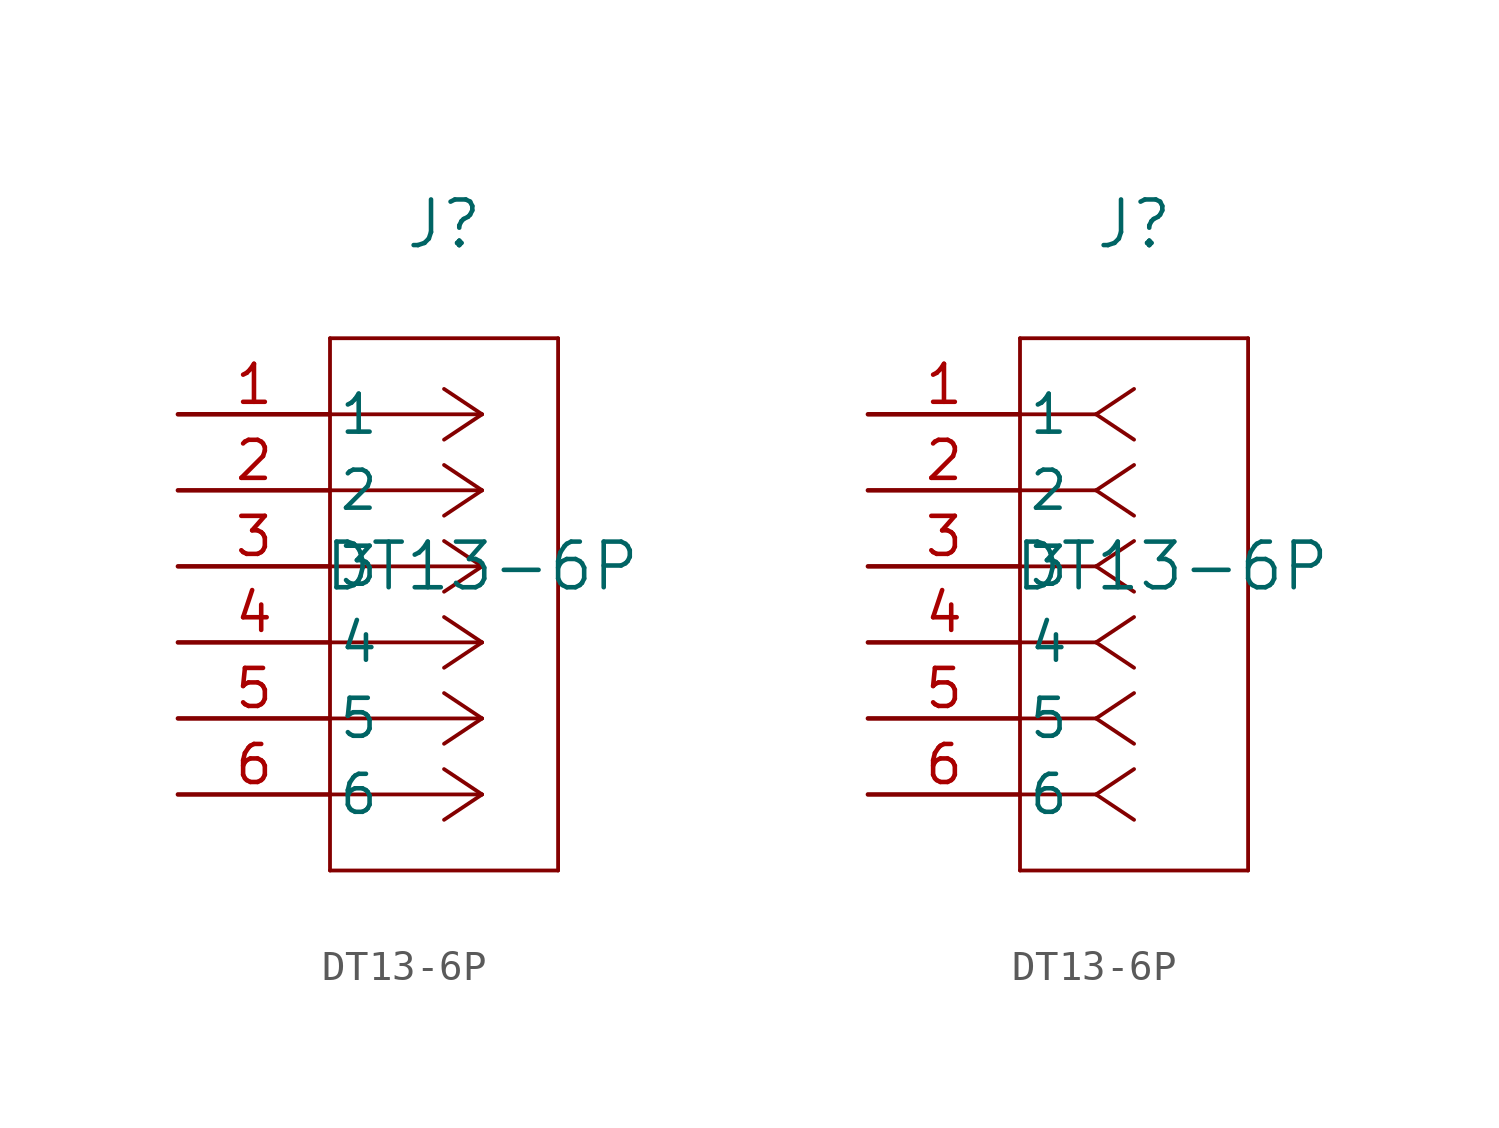
<source format=kicad_sym>
(kicad_symbol_lib
  (version 20231120)
  (generator "kicad_symbol_editor")
  (generator_version "8.0")
  (symbol "DT13-6P"
    (pin_names
      (offset 0.254))
    (property "Reference" "J"
      (at -1.27 11.43 0)
      (effects (font (size 1.524 1.524))))
    (property "Value" "DT13-6P"
      (at 0 0 0)
      (effects (font (size 1.524 1.524))))
    (property "ki_locked" ""
      (at 0 0 0)
      (effects (font (size 1.27 1.27))))
    (symbol "DT13-6P_1_1"
      (polyline (pts (xy -5.08 -10.16) (xy 2.54 -10.16)) (stroke (width 0.127) (type default)) (fill (type none)))
      (polyline (pts (xy -5.08 7.62) (xy -5.08 -10.16)) (stroke (width 0.127) (type default)) (fill (type none)))
      (polyline (pts (xy 0 -7.62) (xy -5.08 -7.62)) (stroke (width 0.127) (type default)) (fill (type none)))
      (polyline (pts (xy 0 -7.62) (xy -1.27 -8.467)) (stroke (width 0.127) (type default)) (fill (type none)))
      (polyline (pts (xy 0 -7.62) (xy -1.27 -6.773)) (stroke (width 0.127) (type default)) (fill (type none)))
      (polyline (pts (xy 0 -5.08) (xy -5.08 -5.08)) (stroke (width 0.127) (type default)) (fill (type none)))
      (polyline (pts (xy 0 -5.08) (xy -1.27 -5.927)) (stroke (width 0.127) (type default)) (fill (type none)))
      (polyline (pts (xy 0 -5.08) (xy -1.27 -4.233)) (stroke (width 0.127) (type default)) (fill (type none)))
      (polyline (pts (xy 0 -2.54) (xy -5.08 -2.54)) (stroke (width 0.127) (type default)) (fill (type none)))
      (polyline (pts (xy 0 -2.54) (xy -1.27 -3.387)) (stroke (width 0.127) (type default)) (fill (type none)))
      (polyline (pts (xy 0 -2.54) (xy -1.27 -1.693)) (stroke (width 0.127) (type default)) (fill (type none)))
      (polyline (pts (xy 0 0) (xy -5.08 0)) (stroke (width 0.127) (type default)) (fill (type none)))
      (polyline (pts (xy 0 0) (xy -1.27 -0.847)) (stroke (width 0.127) (type default)) (fill (type none)))
      (polyline (pts (xy 0 0) (xy -1.27 0.847)) (stroke (width 0.127) (type default)) (fill (type none)))
      (polyline (pts (xy 0 2.54) (xy -5.08 2.54)) (stroke (width 0.127) (type default)) (fill (type none)))
      (polyline (pts (xy 0 2.54) (xy -1.27 1.693)) (stroke (width 0.127) (type default)) (fill (type none)))
      (polyline (pts (xy 0 2.54) (xy -1.27 3.387)) (stroke (width 0.127) (type default)) (fill (type none)))
      (polyline (pts (xy 0 5.08) (xy -5.08 5.08)) (stroke (width 0.127) (type default)) (fill (type none)))
      (polyline (pts (xy 0 5.08) (xy -1.27 4.233)) (stroke (width 0.127) (type default)) (fill (type none)))
      (polyline (pts (xy 0 5.08) (xy -1.27 5.927)) (stroke (width 0.127) (type default)) (fill (type none)))
      (polyline (pts (xy 2.54 -10.16) (xy 2.54 7.62)) (stroke (width 0.127) (type default)) (fill (type none)))
      (polyline (pts (xy 2.54 7.62) (xy -5.08 7.62)) (stroke (width 0.127) (type default)) (fill (type none)))
      (pin unspecified line (at -10.16 5.08 0) (length 5.08) (name "1" (effects (font (size 1.27 1.27)))) (number "1" (effects (font (size 1.27 1.27)))))
      (pin unspecified line (at -10.16 2.54 0) (length 5.08) (name "2" (effects (font (size 1.27 1.27)))) (number "2" (effects (font (size 1.27 1.27)))))
      (pin unspecified line (at -10.16 0 0) (length 5.08) (name "3" (effects (font (size 1.27 1.27)))) (number "3" (effects (font (size 1.27 1.27)))))
      (pin unspecified line (at -10.16 -2.54 0) (length 5.08) (name "4" (effects (font (size 1.27 1.27)))) (number "4" (effects (font (size 1.27 1.27)))))
      (pin unspecified line (at -10.16 -5.08 0) (length 5.08) (name "5" (effects (font (size 1.27 1.27)))) (number "5" (effects (font (size 1.27 1.27)))))
      (pin unspecified line (at -10.16 -7.62 0) (length 5.08) (name "6" (effects (font (size 1.27 1.27)))) (number "6" (effects (font (size 1.27 1.27))))))
    (symbol "DT13-6P_1_2"
      (polyline (pts (xy -5.08 -10.16) (xy 2.54 -10.16)) (stroke (width 0.127) (type default)) (fill (type none)))
      (polyline (pts (xy -5.08 7.62) (xy -5.08 -10.16)) (stroke (width 0.127) (type default)) (fill (type none)))
      (polyline (pts (xy -2.54 -7.62) (xy -5.08 -7.62)) (stroke (width 0.127) (type default)) (fill (type none)))
      (polyline (pts (xy -2.54 -7.62) (xy -1.27 -8.467)) (stroke (width 0.127) (type default)) (fill (type none)))
      (polyline (pts (xy -2.54 -7.62) (xy -1.27 -6.773)) (stroke (width 0.127) (type default)) (fill (type none)))
      (polyline (pts (xy -2.54 -5.08) (xy -5.08 -5.08)) (stroke (width 0.127) (type default)) (fill (type none)))
      (polyline (pts (xy -2.54 -5.08) (xy -1.27 -5.927)) (stroke (width 0.127) (type default)) (fill (type none)))
      (polyline (pts (xy -2.54 -5.08) (xy -1.27 -4.233)) (stroke (width 0.127) (type default)) (fill (type none)))
      (polyline (pts (xy -2.54 -2.54) (xy -5.08 -2.54)) (stroke (width 0.127) (type default)) (fill (type none)))
      (polyline (pts (xy -2.54 -2.54) (xy -1.27 -3.387)) (stroke (width 0.127) (type default)) (fill (type none)))
      (polyline (pts (xy -2.54 -2.54) (xy -1.27 -1.693)) (stroke (width 0.127) (type default)) (fill (type none)))
      (polyline (pts (xy -2.54 0) (xy -5.08 0)) (stroke (width 0.127) (type default)) (fill (type none)))
      (polyline (pts (xy -2.54 0) (xy -1.27 -0.847)) (stroke (width 0.127) (type default)) (fill (type none)))
      (polyline (pts (xy -2.54 0) (xy -1.27 0.847)) (stroke (width 0.127) (type default)) (fill (type none)))
      (polyline (pts (xy -2.54 2.54) (xy -5.08 2.54)) (stroke (width 0.127) (type default)) (fill (type none)))
      (polyline (pts (xy -2.54 2.54) (xy -1.27 1.693)) (stroke (width 0.127) (type default)) (fill (type none)))
      (polyline (pts (xy -2.54 2.54) (xy -1.27 3.387)) (stroke (width 0.127) (type default)) (fill (type none)))
      (polyline (pts (xy -2.54 5.08) (xy -5.08 5.08)) (stroke (width 0.127) (type default)) (fill (type none)))
      (polyline (pts (xy -2.54 5.08) (xy -1.27 4.233)) (stroke (width 0.127) (type default)) (fill (type none)))
      (polyline (pts (xy -2.54 5.08) (xy -1.27 5.927)) (stroke (width 0.127) (type default)) (fill (type none)))
      (polyline (pts (xy 2.54 -10.16) (xy 2.54 7.62)) (stroke (width 0.127) (type default)) (fill (type none)))
      (polyline (pts (xy 2.54 7.62) (xy -5.08 7.62)) (stroke (width 0.127) (type default)) (fill (type none)))
      (pin unspecified line (at -10.16 5.08 0) (length 5.08) (name "1" (effects (font (size 1.27 1.27)))) (number "1" (effects (font (size 1.27 1.27)))))
      (pin unspecified line (at -10.16 2.54 0) (length 5.08) (name "2" (effects (font (size 1.27 1.27)))) (number "2" (effects (font (size 1.27 1.27)))))
      (pin unspecified line (at -10.16 0 0) (length 5.08) (name "3" (effects (font (size 1.27 1.27)))) (number "3" (effects (font (size 1.27 1.27)))))
      (pin unspecified line (at -10.16 -2.54 0) (length 5.08) (name "4" (effects (font (size 1.27 1.27)))) (number "4" (effects (font (size 1.27 1.27)))))
      (pin unspecified line (at -10.16 -5.08 0) (length 5.08) (name "5" (effects (font (size 1.27 1.27)))) (number "5" (effects (font (size 1.27 1.27)))))
      (pin unspecified line (at -10.16 -7.62 0) (length 5.08) (name "6" (effects (font (size 1.27 1.27)))) (number "6" (effects (font (size 1.27 1.27))))))))
</source>
